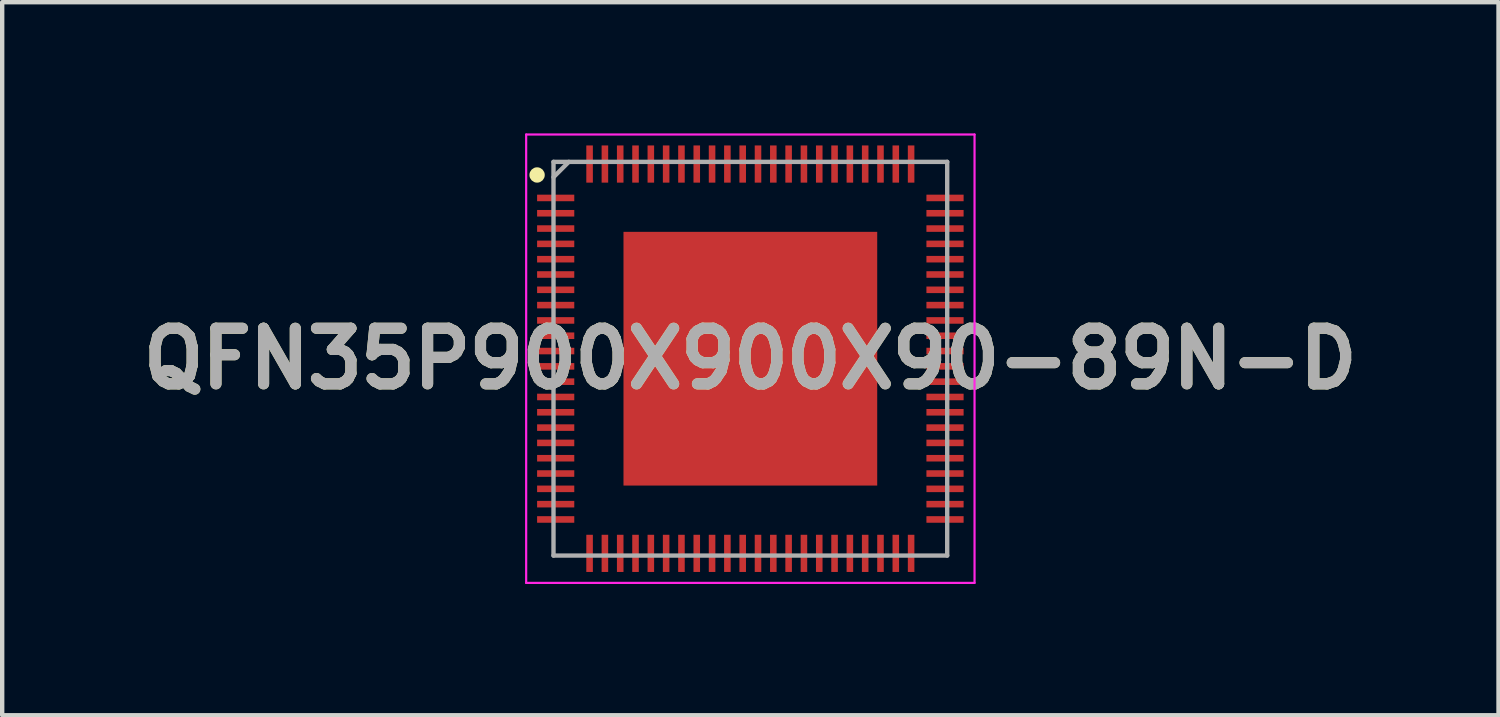
<source format=kicad_pcb>
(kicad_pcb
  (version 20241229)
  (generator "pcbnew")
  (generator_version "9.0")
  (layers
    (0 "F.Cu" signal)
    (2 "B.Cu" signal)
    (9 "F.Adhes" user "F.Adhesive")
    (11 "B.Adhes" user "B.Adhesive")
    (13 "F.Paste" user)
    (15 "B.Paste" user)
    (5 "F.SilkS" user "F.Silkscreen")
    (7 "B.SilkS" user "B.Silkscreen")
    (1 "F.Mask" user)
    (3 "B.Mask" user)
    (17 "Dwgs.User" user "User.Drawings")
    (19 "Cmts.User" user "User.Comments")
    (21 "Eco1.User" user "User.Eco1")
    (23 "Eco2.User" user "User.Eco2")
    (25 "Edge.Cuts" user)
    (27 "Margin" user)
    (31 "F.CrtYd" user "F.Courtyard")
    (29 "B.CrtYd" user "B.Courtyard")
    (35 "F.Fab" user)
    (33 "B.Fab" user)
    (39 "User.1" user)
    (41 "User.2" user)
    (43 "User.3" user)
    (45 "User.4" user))
  (footprint "QFN35P900X900X90-89N-D"
    (layer "F.Cu")
    (at 14.103 5.15)
    (property "Reference" "QFN35P900X900X90-89N-D" (at 0 0 0) (layer "F.SilkS") (effects (font (size 1.27 1.27) (thickness 0.254))))
    (attr smd)
    (fp_circle (center -4.875 -4.2) (end -4.875 -4.112) (stroke (width 0.175) (type solid)) (fill no) (layer "F.SilkS"))
    (fp_line (start -5.125 -5.125) (end 5.125 -5.125) (stroke (width 0.05) (type solid)) (layer "F.CrtYd"))
    (fp_line (start -5.125 5.125) (end -5.125 -5.125) (stroke (width 0.05) (type solid)) (layer "F.CrtYd"))
    (fp_line (start 5.125 -5.125) (end 5.125 5.125) (stroke (width 0.05) (type solid)) (layer "F.CrtYd"))
    (fp_line (start 5.125 5.125) (end -5.125 5.125) (stroke (width 0.05) (type solid)) (layer "F.CrtYd"))
    (fp_line (start -4.5 -4.5) (end 4.5 -4.5) (stroke (width 0.1) (type solid)) (layer "F.Fab"))
    (fp_line (start -4.5 -4.15) (end -4.15 -4.5) (stroke (width 0.1) (type solid)) (layer "F.Fab"))
    (fp_line (start -4.5 4.5) (end -4.5 -4.5) (stroke (width 0.1) (type solid)) (layer "F.Fab"))
    (fp_line (start 4.5 -4.5) (end 4.5 4.5) (stroke (width 0.1) (type solid)) (layer "F.Fab"))
    (fp_line (start 4.5 4.5) (end -4.5 4.5) (stroke (width 0.1) (type solid)) (layer "F.Fab"))
    (fp_text user "${REFERENCE}" (at 0 0 0) (layer "F.Fab") (effects (font (size 1.27 1.27) (thickness 0.254))))
    (pad "1" smd rect (at -4.45 -3.675 90) (size 0.15 0.85) (layers "F.Cu" "F.Mask" "F.Paste"))
    (pad "2" smd rect (at -4.45 -3.325 90) (size 0.15 0.85) (layers "F.Cu" "F.Mask" "F.Paste"))
    (pad "3" smd rect (at -4.45 -2.975 90) (size 0.15 0.85) (layers "F.Cu" "F.Mask" "F.Paste"))
    (pad "4" smd rect (at -4.45 -2.625 90) (size 0.15 0.85) (layers "F.Cu" "F.Mask" "F.Paste"))
    (pad "5" smd rect (at -4.45 -2.275 90) (size 0.15 0.85) (layers "F.Cu" "F.Mask" "F.Paste"))
    (pad "6" smd rect (at -4.45 -1.925 90) (size 0.15 0.85) (layers "F.Cu" "F.Mask" "F.Paste"))
    (pad "7" smd rect (at -4.45 -1.575 90) (size 0.15 0.85) (layers "F.Cu" "F.Mask" "F.Paste"))
    (pad "8" smd rect (at -4.45 -1.225 90) (size 0.15 0.85) (layers "F.Cu" "F.Mask" "F.Paste"))
    (pad "9" smd rect (at -4.45 -0.875 90) (size 0.15 0.85) (layers "F.Cu" "F.Mask" "F.Paste"))
    (pad "10" smd rect (at -4.45 -0.525 90) (size 0.15 0.85) (layers "F.Cu" "F.Mask" "F.Paste"))
    (pad "11" smd rect (at -4.45 -0.175 90) (size 0.15 0.85) (layers "F.Cu" "F.Mask" "F.Paste"))
    (pad "12" smd rect (at -4.45 0.175 90) (size 0.15 0.85) (layers "F.Cu" "F.Mask" "F.Paste"))
    (pad "13" smd rect (at -4.45 0.525 90) (size 0.15 0.85) (layers "F.Cu" "F.Mask" "F.Paste"))
    (pad "14" smd rect (at -4.45 0.875 90) (size 0.15 0.85) (layers "F.Cu" "F.Mask" "F.Paste"))
    (pad "15" smd rect (at -4.45 1.225 90) (size 0.15 0.85) (layers "F.Cu" "F.Mask" "F.Paste"))
    (pad "16" smd rect (at -4.45 1.575 90) (size 0.15 0.85) (layers "F.Cu" "F.Mask" "F.Paste"))
    (pad "17" smd rect (at -4.45 1.925 90) (size 0.15 0.85) (layers "F.Cu" "F.Mask" "F.Paste"))
    (pad "18" smd rect (at -4.45 2.275 90) (size 0.15 0.85) (layers "F.Cu" "F.Mask" "F.Paste"))
    (pad "19" smd rect (at -4.45 2.625 90) (size 0.15 0.85) (layers "F.Cu" "F.Mask" "F.Paste"))
    (pad "20" smd rect (at -4.45 2.975 90) (size 0.15 0.85) (layers "F.Cu" "F.Mask" "F.Paste"))
    (pad "21" smd rect (at -4.45 3.325 90) (size 0.15 0.85) (layers "F.Cu" "F.Mask" "F.Paste"))
    (pad "22" smd rect (at -4.45 3.675 90) (size 0.15 0.85) (layers "F.Cu" "F.Mask" "F.Paste"))
    (pad "23" smd rect (at -3.675 4.45) (size 0.15 0.85) (layers "F.Cu" "F.Mask" "F.Paste"))
    (pad "24" smd rect (at -3.325 4.45) (size 0.15 0.85) (layers "F.Cu" "F.Mask" "F.Paste"))
    (pad "25" smd rect (at -2.975 4.45) (size 0.15 0.85) (layers "F.Cu" "F.Mask" "F.Paste"))
    (pad "26" smd rect (at -2.625 4.45) (size 0.15 0.85) (layers "F.Cu" "F.Mask" "F.Paste"))
    (pad "27" smd rect (at -2.275 4.45) (size 0.15 0.85) (layers "F.Cu" "F.Mask" "F.Paste"))
    (pad "28" smd rect (at -1.925 4.45) (size 0.15 0.85) (layers "F.Cu" "F.Mask" "F.Paste"))
    (pad "29" smd rect (at -1.575 4.45) (size 0.15 0.85) (layers "F.Cu" "F.Mask" "F.Paste"))
    (pad "30" smd rect (at -1.225 4.45) (size 0.15 0.85) (layers "F.Cu" "F.Mask" "F.Paste"))
    (pad "31" smd rect (at -0.875 4.45) (size 0.15 0.85) (layers "F.Cu" "F.Mask" "F.Paste"))
    (pad "32" smd rect (at -0.525 4.45) (size 0.15 0.85) (layers "F.Cu" "F.Mask" "F.Paste"))
    (pad "33" smd rect (at -0.175 4.45) (size 0.15 0.85) (layers "F.Cu" "F.Mask" "F.Paste"))
    (pad "34" smd rect (at 0.175 4.45) (size 0.15 0.85) (layers "F.Cu" "F.Mask" "F.Paste"))
    (pad "35" smd rect (at 0.525 4.45) (size 0.15 0.85) (layers "F.Cu" "F.Mask" "F.Paste"))
    (pad "36" smd rect (at 0.875 4.45) (size 0.15 0.85) (layers "F.Cu" "F.Mask" "F.Paste"))
    (pad "37" smd rect (at 1.225 4.45) (size 0.15 0.85) (layers "F.Cu" "F.Mask" "F.Paste"))
    (pad "38" smd rect (at 1.575 4.45) (size 0.15 0.85) (layers "F.Cu" "F.Mask" "F.Paste"))
    (pad "39" smd rect (at 1.925 4.45) (size 0.15 0.85) (layers "F.Cu" "F.Mask" "F.Paste"))
    (pad "40" smd rect (at 2.275 4.45) (size 0.15 0.85) (layers "F.Cu" "F.Mask" "F.Paste"))
    (pad "41" smd rect (at 2.625 4.45) (size 0.15 0.85) (layers "F.Cu" "F.Mask" "F.Paste"))
    (pad "42" smd rect (at 2.975 4.45) (size 0.15 0.85) (layers "F.Cu" "F.Mask" "F.Paste"))
    (pad "43" smd rect (at 3.325 4.45) (size 0.15 0.85) (layers "F.Cu" "F.Mask" "F.Paste"))
    (pad "44" smd rect (at 3.675 4.45) (size 0.15 0.85) (layers "F.Cu" "F.Mask" "F.Paste"))
    (pad "45" smd rect (at 4.45 3.675 90) (size 0.15 0.85) (layers "F.Cu" "F.Mask" "F.Paste"))
    (pad "46" smd rect (at 4.45 3.325 90) (size 0.15 0.85) (layers "F.Cu" "F.Mask" "F.Paste"))
    (pad "47" smd rect (at 4.45 2.975 90) (size 0.15 0.85) (layers "F.Cu" "F.Mask" "F.Paste"))
    (pad "48" smd rect (at 4.45 2.625 90) (size 0.15 0.85) (layers "F.Cu" "F.Mask" "F.Paste"))
    (pad "49" smd rect (at 4.45 2.275 90) (size 0.15 0.85) (layers "F.Cu" "F.Mask" "F.Paste"))
    (pad "50" smd rect (at 4.45 1.925 90) (size 0.15 0.85) (layers "F.Cu" "F.Mask" "F.Paste"))
    (pad "51" smd rect (at 4.45 1.575 90) (size 0.15 0.85) (layers "F.Cu" "F.Mask" "F.Paste"))
    (pad "52" smd rect (at 4.45 1.225 90) (size 0.15 0.85) (layers "F.Cu" "F.Mask" "F.Paste"))
    (pad "53" smd rect (at 4.45 0.875 90) (size 0.15 0.85) (layers "F.Cu" "F.Mask" "F.Paste"))
    (pad "54" smd rect (at 4.45 0.525 90) (size 0.15 0.85) (layers "F.Cu" "F.Mask" "F.Paste"))
    (pad "55" smd rect (at 4.45 0.175 90) (size 0.15 0.85) (layers "F.Cu" "F.Mask" "F.Paste"))
    (pad "56" smd rect (at 4.45 -0.175 90) (size 0.15 0.85) (layers "F.Cu" "F.Mask" "F.Paste"))
    (pad "57" smd rect (at 4.45 -0.525 90) (size 0.15 0.85) (layers "F.Cu" "F.Mask" "F.Paste"))
    (pad "58" smd rect (at 4.45 -0.875 90) (size 0.15 0.85) (layers "F.Cu" "F.Mask" "F.Paste"))
    (pad "59" smd rect (at 4.45 -1.225 90) (size 0.15 0.85) (layers "F.Cu" "F.Mask" "F.Paste"))
    (pad "60" smd rect (at 4.45 -1.575 90) (size 0.15 0.85) (layers "F.Cu" "F.Mask" "F.Paste"))
    (pad "61" smd rect (at 4.45 -1.925 90) (size 0.15 0.85) (layers "F.Cu" "F.Mask" "F.Paste"))
    (pad "62" smd rect (at 4.45 -2.275 90) (size 0.15 0.85) (layers "F.Cu" "F.Mask" "F.Paste"))
    (pad "63" smd rect (at 4.45 -2.625 90) (size 0.15 0.85) (layers "F.Cu" "F.Mask" "F.Paste"))
    (pad "64" smd rect (at 4.45 -2.975 90) (size 0.15 0.85) (layers "F.Cu" "F.Mask" "F.Paste"))
    (pad "65" smd rect (at 4.45 -3.325 90) (size 0.15 0.85) (layers "F.Cu" "F.Mask" "F.Paste"))
    (pad "66" smd rect (at 4.45 -3.675 90) (size 0.15 0.85) (layers "F.Cu" "F.Mask" "F.Paste"))
    (pad "67" smd rect (at 3.675 -4.45) (size 0.15 0.85) (layers "F.Cu" "F.Mask" "F.Paste"))
    (pad "68" smd rect (at 3.325 -4.45) (size 0.15 0.85) (layers "F.Cu" "F.Mask" "F.Paste"))
    (pad "69" smd rect (at 2.975 -4.45) (size 0.15 0.85) (layers "F.Cu" "F.Mask" "F.Paste"))
    (pad "70" smd rect (at 2.625 -4.45) (size 0.15 0.85) (layers "F.Cu" "F.Mask" "F.Paste"))
    (pad "71" smd rect (at 2.275 -4.45) (size 0.15 0.85) (layers "F.Cu" "F.Mask" "F.Paste"))
    (pad "72" smd rect (at 1.925 -4.45) (size 0.15 0.85) (layers "F.Cu" "F.Mask" "F.Paste"))
    (pad "73" smd rect (at 1.575 -4.45) (size 0.15 0.85) (layers "F.Cu" "F.Mask" "F.Paste"))
    (pad "74" smd rect (at 1.225 -4.45) (size 0.15 0.85) (layers "F.Cu" "F.Mask" "F.Paste"))
    (pad "75" smd rect (at 0.875 -4.45) (size 0.15 0.85) (layers "F.Cu" "F.Mask" "F.Paste"))
    (pad "76" smd rect (at 0.525 -4.45) (size 0.15 0.85) (layers "F.Cu" "F.Mask" "F.Paste"))
    (pad "77" smd rect (at 0.175 -4.45) (size 0.15 0.85) (layers "F.Cu" "F.Mask" "F.Paste"))
    (pad "78" smd rect (at -0.175 -4.45) (size 0.15 0.85) (layers "F.Cu" "F.Mask" "F.Paste"))
    (pad "79" smd rect (at -0.525 -4.45) (size 0.15 0.85) (layers "F.Cu" "F.Mask" "F.Paste"))
    (pad "80" smd rect (at -0.875 -4.45) (size 0.15 0.85) (layers "F.Cu" "F.Mask" "F.Paste"))
    (pad "81" smd rect (at -1.225 -4.45) (size 0.15 0.85) (layers "F.Cu" "F.Mask" "F.Paste"))
    (pad "82" smd rect (at -1.575 -4.45) (size 0.15 0.85) (layers "F.Cu" "F.Mask" "F.Paste"))
    (pad "83" smd rect (at -1.925 -4.45) (size 0.15 0.85) (layers "F.Cu" "F.Mask" "F.Paste"))
    (pad "84" smd rect (at -2.275 -4.45) (size 0.15 0.85) (layers "F.Cu" "F.Mask" "F.Paste"))
    (pad "85" smd rect (at -2.625 -4.45) (size 0.15 0.85) (layers "F.Cu" "F.Mask" "F.Paste"))
    (pad "86" smd rect (at -2.975 -4.45) (size 0.15 0.85) (layers "F.Cu" "F.Mask" "F.Paste"))
    (pad "87" smd rect (at -3.325 -4.45) (size 0.15 0.85) (layers "F.Cu" "F.Mask" "F.Paste"))
    (pad "88" smd rect (at -3.675 -4.45) (size 0.15 0.85) (layers "F.Cu" "F.Mask" "F.Paste"))
    (pad "89" smd rect (at 0 0) (size 5.8 5.8) (layers "F.Cu" "F.Mask" "F.Paste")))
  (gr_rect
    (start -3 -3)
    (end 31.206 13.3)
    (stroke (width 0.1) (type default))
    (fill no)
    (layer "Edge.Cuts")))
</source>
